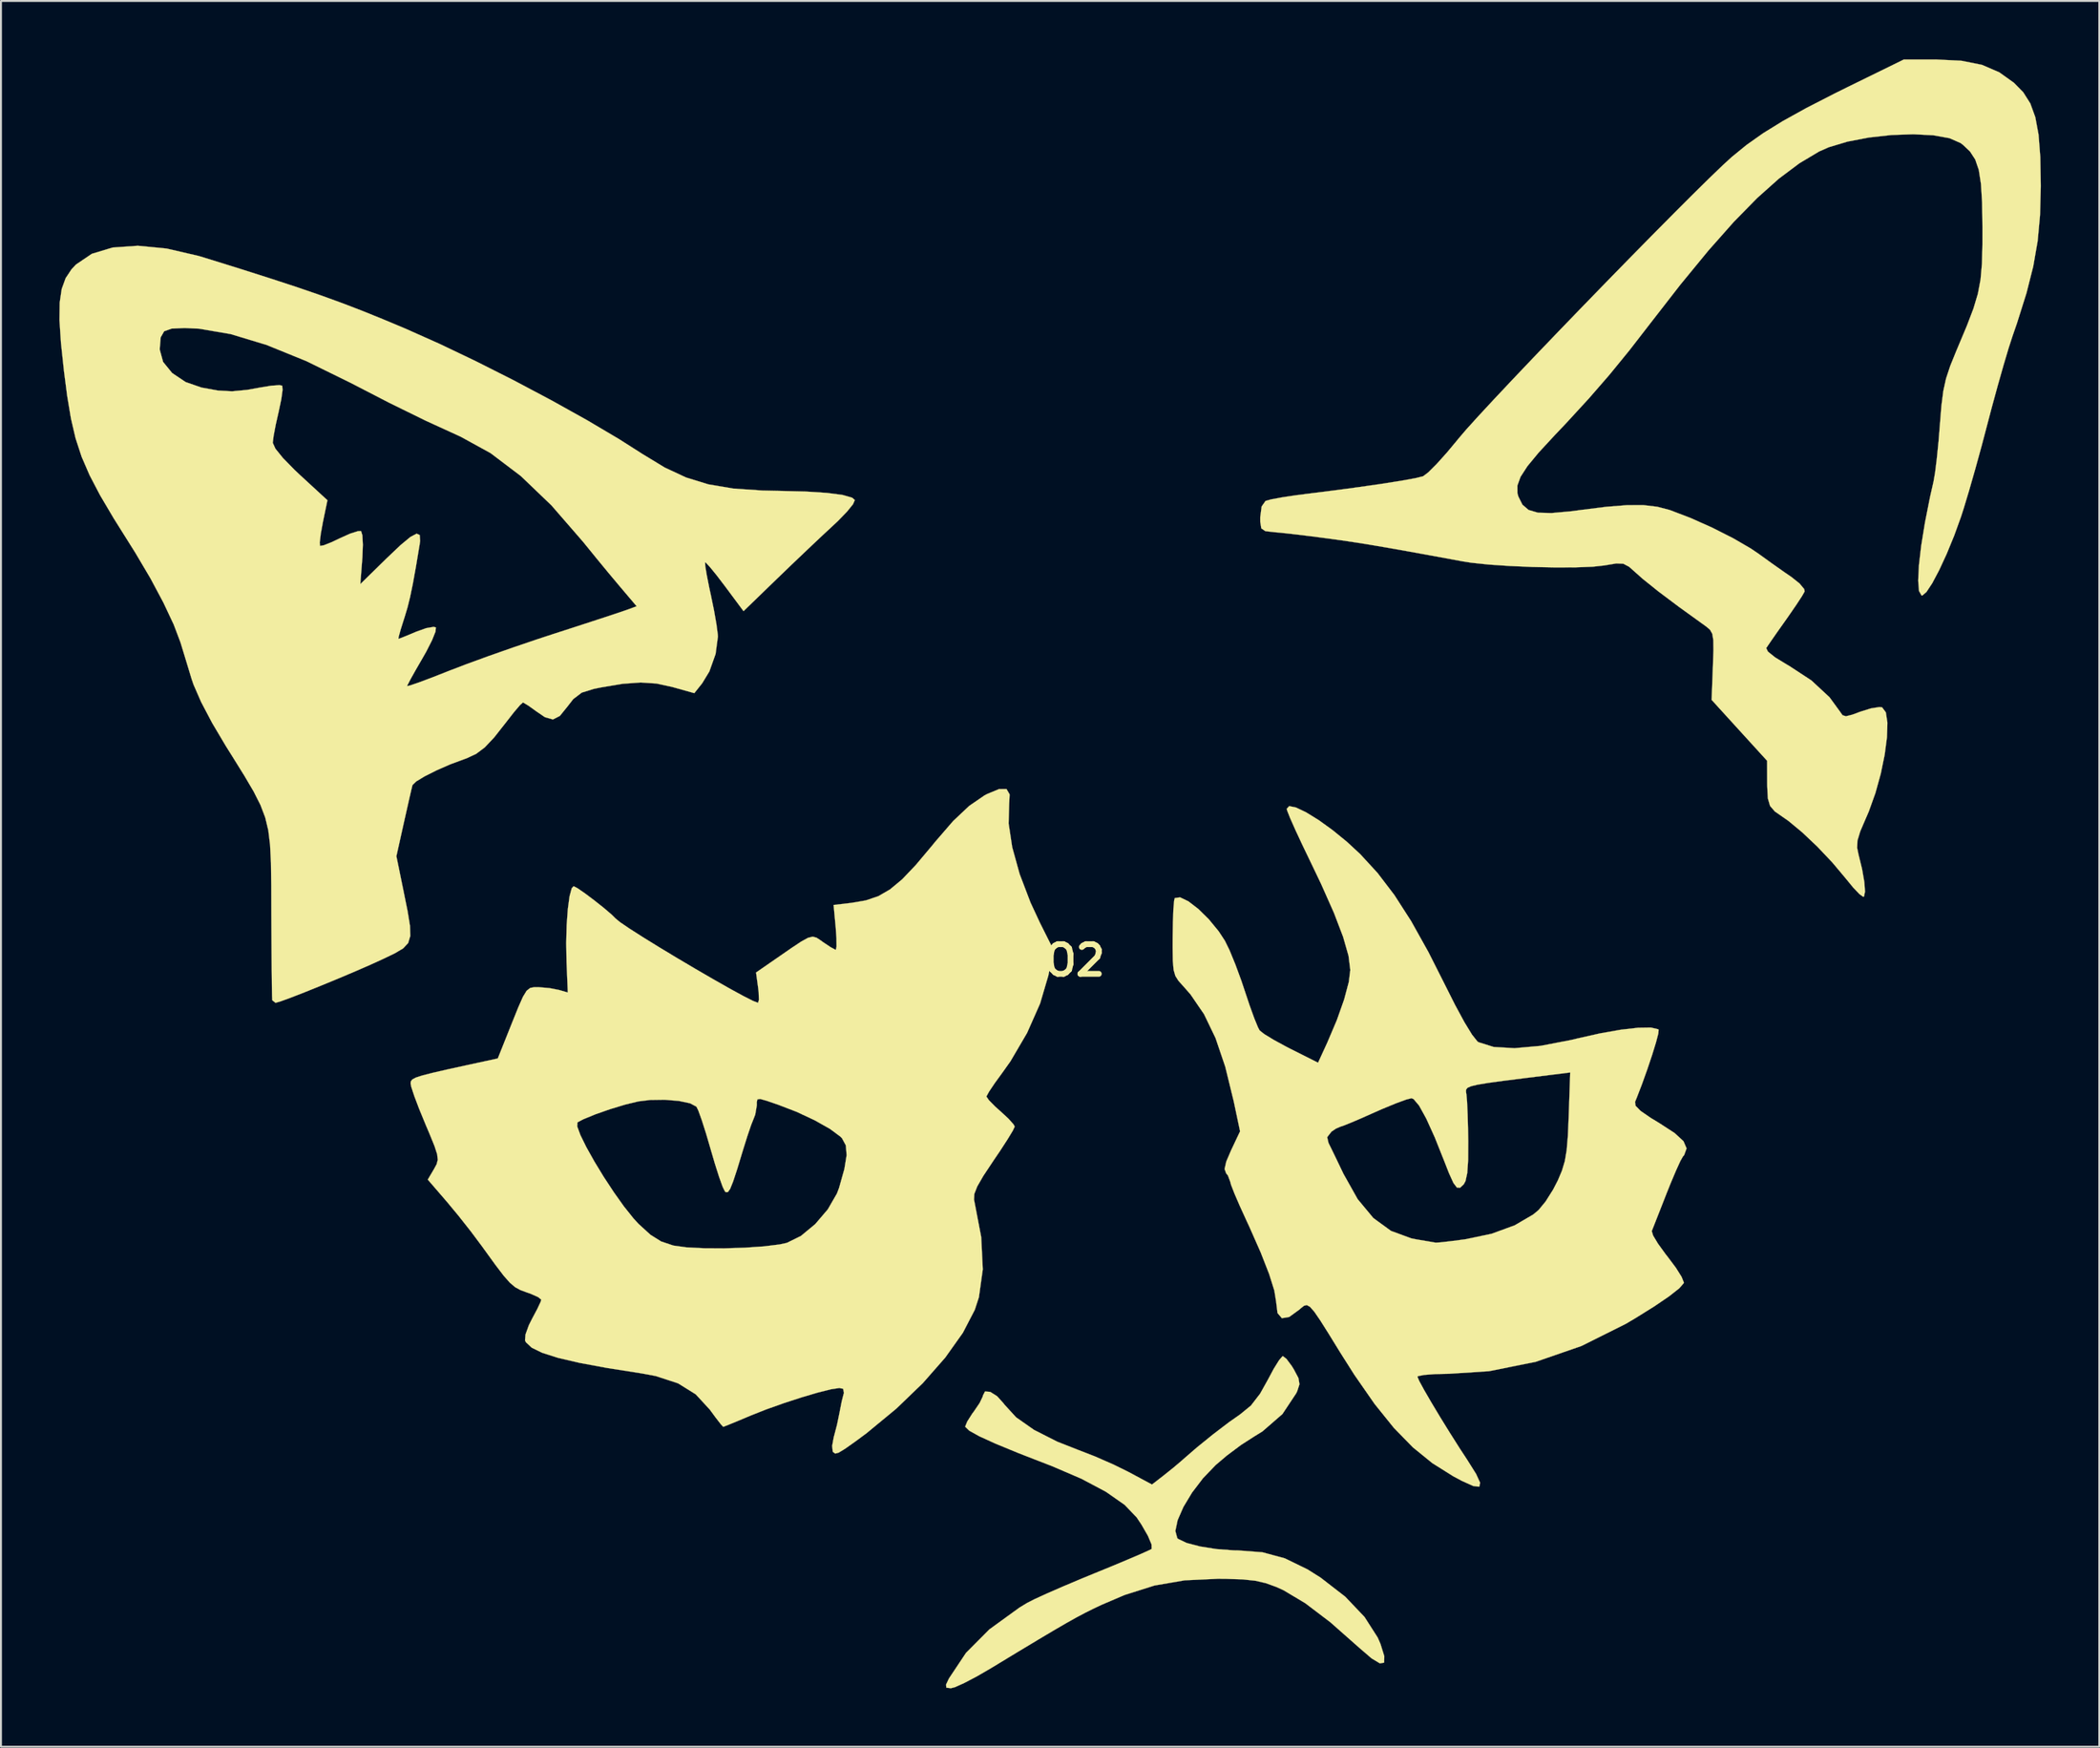
<source format=kicad_pcb>
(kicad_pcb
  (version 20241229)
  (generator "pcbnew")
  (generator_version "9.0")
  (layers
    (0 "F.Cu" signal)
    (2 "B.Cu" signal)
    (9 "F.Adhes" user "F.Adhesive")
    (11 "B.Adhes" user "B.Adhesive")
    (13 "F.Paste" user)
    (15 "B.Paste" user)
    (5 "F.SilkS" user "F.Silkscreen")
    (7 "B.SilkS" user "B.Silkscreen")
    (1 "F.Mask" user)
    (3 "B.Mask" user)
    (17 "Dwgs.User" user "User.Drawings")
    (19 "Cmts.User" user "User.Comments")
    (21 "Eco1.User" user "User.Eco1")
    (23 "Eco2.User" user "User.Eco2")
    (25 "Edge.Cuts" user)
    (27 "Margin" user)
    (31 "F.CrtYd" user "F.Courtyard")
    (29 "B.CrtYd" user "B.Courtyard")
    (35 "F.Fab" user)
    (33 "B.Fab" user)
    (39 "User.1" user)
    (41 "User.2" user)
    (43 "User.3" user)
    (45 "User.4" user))
  (footprint "GATO2"
    (layer "F.Cu")
    (at 50.15 46.269)
    (property "Reference" "GATO2" (at 0 0 0) (layer "F.SilkS") (effects (font (size 1.524 1.524) (thickness 0.3))))
    (attr through_hole)
    (fp_poly (pts (xy 12.867 20.462) (xy 13.135 20.82) (xy 13.242 20.992) (xy 13.482 21.445) (xy 13.536 21.764) (xy 13.422 22.116) (xy 13.373 22.222) (xy 12.661 23.294) (xy 11.637 24.183) (xy 11.189 24.46) (xy 10.538 24.879) (xy 9.805 25.427) (xy 9.234 25.911) (xy 8.585 26.586) (xy 8.021 27.325) (xy 7.575 28.065) (xy 7.278 28.744) (xy 7.162 29.298) (xy 7.26 29.665) (xy 7.304 29.707) (xy 7.742 29.915) (xy 8.434 30.096) (xy 9.275 30.229) (xy 10.156 30.295) (xy 10.389 30.299) (xy 11.637 30.394) (xy 12.785 30.705) (xy 13.945 31.269) (xy 14.626 31.698) (xy 15.886 32.674) (xy 16.875 33.713) (xy 17.554 34.772) (xy 17.698 35.104) (xy 17.892 35.729) (xy 17.882 36.06) (xy 17.666 36.097) (xy 17.241 35.842) (xy 16.603 35.293) (xy 16.59 35.282) (xy 15.126 33.989) (xy 13.838 33.011) (xy 12.722 32.344) (xy 12.356 32.177) (xy 11.813 31.979) (xy 11.27 31.854) (xy 10.62 31.785) (xy 9.757 31.757) (xy 9.34 31.754) (xy 7.639 31.833) (xy 6.092 32.099) (xy 4.557 32.585) (xy 3.369 33.092) (xy 2.937 33.297) (xy 2.52 33.505) (xy 2.073 33.742) (xy 1.549 34.036) (xy 0.903 34.412) (xy 0.087 34.897) (xy -0.943 35.517) (xy -2.233 36.299) (xy -2.32 36.352) (xy -3.044 36.772) (xy -3.685 37.108) (xy -4.162 37.321) (xy -4.366 37.374) (xy -4.6 37.345) (xy -4.615 37.189) (xy -4.466 36.875) (xy -3.591 35.562) (xy -2.386 34.351) (xy -0.842 33.232) (xy -0.457 32.998) (xy -0.078 32.805) (xy 0.566 32.51) (xy 1.402 32.145) (xy 2.358 31.742) (xy 3.005 31.476) (xy 3.95 31.089) (xy 4.773 30.744) (xy 5.418 30.468) (xy 5.827 30.283) (xy 5.945 30.22) (xy 5.94 29.99) (xy 5.753 29.547) (xy 5.42 28.968) (xy 5.173 28.599) (xy 4.557 27.957) (xy 3.606 27.292) (xy 2.347 26.621) (xy 0.807 25.96) (xy 0.592 25.878) (xy -0.911 25.294) (xy -2.076 24.814) (xy -2.911 24.433) (xy -3.424 24.147) (xy -3.625 23.953) (xy -3.629 23.931) (xy -3.526 23.679) (xy -3.272 23.279) (xy -3.175 23.148) (xy -2.888 22.725) (xy -2.732 22.401) (xy -2.721 22.344) (xy -2.612 22.135) (xy -2.342 22.158) (xy -1.993 22.378) (xy -1.65 22.759) (xy -1.618 22.806) (xy -1.018 23.462) (xy -0.1 24.106) (xy 1.091 24.711) (xy 2.154 25.13) (xy 3.035 25.471) (xy 3.983 25.887) (xy 4.75 26.265) (xy 5.962 26.914) (xy 6.564 26.448) (xy 7.049 26.06) (xy 7.474 25.7) (xy 7.535 25.645) (xy 8.26 25.017) (xy 9.094 24.341) (xy 9.906 23.722) (xy 10.492 23.31) (xy 11.044 22.859) (xy 11.513 22.251) (xy 11.901 21.556) (xy 12.217 20.967) (xy 12.489 20.53) (xy 12.666 20.326) (xy 12.684 20.32) (xy 12.867 20.462)) (stroke (width 0.01) (type solid)) (fill yes) (layer "F.SilkS"))
    (fp_poly (pts (xy 13.358 -7.852) (xy 13.879 -7.603) (xy 14.522 -7.206) (xy 15.237 -6.691) (xy 15.973 -6.09) (xy 16.652 -5.462) (xy 17.55 -4.485) (xy 18.412 -3.354) (xy 19.27 -2.019) (xy 20.159 -0.427) (xy 20.95 1.139) (xy 21.519 2.271) (xy 22.007 3.173) (xy 22.398 3.813) (xy 22.672 4.158) (xy 22.729 4.2) (xy 23.511 4.445) (xy 24.581 4.508) (xy 25.912 4.389) (xy 27.478 4.088) (xy 27.791 4.013) (xy 28.978 3.746) (xy 30.041 3.559) (xy 30.928 3.458) (xy 31.583 3.448) (xy 31.953 3.535) (xy 31.982 3.558) (xy 31.964 3.757) (xy 31.844 4.216) (xy 31.647 4.855) (xy 31.398 5.595) (xy 31.125 6.358) (xy 30.853 7.062) (xy 30.769 7.267) (xy 30.796 7.464) (xy 31.053 7.727) (xy 31.577 8.088) (xy 32.016 8.354) (xy 32.798 8.862) (xy 33.258 9.284) (xy 33.416 9.651) (xy 33.294 9.993) (xy 33.223 10.078) (xy 33.092 10.312) (xy 32.868 10.804) (xy 32.586 11.473) (xy 32.385 11.974) (xy 32.093 12.719) (xy 31.847 13.345) (xy 31.68 13.769) (xy 31.629 13.9) (xy 31.697 14.127) (xy 31.951 14.55) (xy 32.34 15.086) (xy 32.454 15.231) (xy 32.868 15.784) (xy 33.158 16.246) (xy 33.275 16.535) (xy 33.272 16.571) (xy 33.038 16.839) (xy 32.523 17.245) (xy 31.766 17.761) (xy 30.808 18.358) (xy 30.299 18.66) (xy 28.018 19.799) (xy 25.66 20.615) (xy 23.269 21.094) (xy 21.207 21.227) (xy 20.493 21.243) (xy 19.941 21.285) (xy 19.632 21.346) (xy 19.594 21.379) (xy 19.686 21.597) (xy 19.937 22.058) (xy 20.308 22.698) (xy 20.762 23.454) (xy 21.262 24.263) (xy 21.768 25.061) (xy 22.152 25.647) (xy 22.605 26.369) (xy 22.814 26.824) (xy 22.769 27.026) (xy 22.458 26.989) (xy 21.871 26.724) (xy 21.432 26.489) (xy 20.363 25.818) (xy 19.36 25.004) (xy 18.385 24.005) (xy 17.396 22.777) (xy 16.355 21.278) (xy 15.633 20.139) (xy 15.042 19.18) (xy 14.609 18.493) (xy 14.299 18.041) (xy 14.078 17.789) (xy 13.912 17.698) (xy 13.768 17.734) (xy 13.609 17.86) (xy 13.542 17.921) (xy 13.008 18.31) (xy 12.632 18.372) (xy 12.409 18.107) (xy 12.337 17.521) (xy 12.246 16.954) (xy 11.979 16.105) (xy 11.548 15.003) (xy 10.963 13.678) (xy 10.817 13.364) (xy 10.475 12.615) (xy 10.2 11.978) (xy 10.025 11.529) (xy 9.979 11.359) (xy 9.861 11.044) (xy 9.771 10.932) (xy 9.691 10.712) (xy 9.778 10.325) (xy 10.025 9.751) (xy 10.344 9.076) (xy 14.959 9.076) (xy 15.026 9.372) (xy 15.186 9.695) (xy 15.448 10.235) (xy 15.758 10.883) (xy 15.796 10.962) (xy 16.526 12.262) (xy 17.329 13.229) (xy 18.237 13.89) (xy 19.281 14.274) (xy 19.549 14.327) (xy 20.079 14.416) (xy 20.449 14.479) (xy 20.534 14.493) (xy 20.76 14.48) (xy 21.249 14.425) (xy 21.905 14.34) (xy 22.055 14.32) (xy 23.402 14.038) (xy 24.591 13.603) (xy 25.54 13.048) (xy 25.819 12.815) (xy 26.175 12.382) (xy 26.563 11.768) (xy 26.808 11.293) (xy 27.019 10.791) (xy 27.164 10.306) (xy 27.259 9.743) (xy 27.321 9.007) (xy 27.364 8.004) (xy 27.364 8.002) (xy 27.441 5.754) (xy 26.375 5.886) (xy 25.016 6.055) (xy 23.975 6.187) (xy 23.211 6.292) (xy 22.682 6.38) (xy 22.347 6.46) (xy 22.164 6.542) (xy 22.092 6.637) (xy 22.089 6.753) (xy 22.112 6.894) (xy 22.143 7.262) (xy 22.171 7.893) (xy 22.193 8.687) (xy 22.203 9.271) (xy 22.198 10.247) (xy 22.153 10.916) (xy 22.062 11.332) (xy 21.97 11.501) (xy 21.784 11.674) (xy 21.62 11.663) (xy 21.442 11.426) (xy 21.212 10.919) (xy 20.986 10.341) (xy 20.485 9.086) (xy 20.046 8.118) (xy 19.68 7.456) (xy 19.395 7.118) (xy 19.287 7.076) (xy 19.008 7.147) (xy 18.488 7.339) (xy 17.814 7.617) (xy 17.395 7.801) (xy 16.693 8.113) (xy 16.115 8.358) (xy 15.741 8.506) (xy 15.648 8.533) (xy 15.41 8.636) (xy 15.183 8.788) (xy 14.959 9.076) (xy 10.344 9.076) (xy 10.486 8.777) (xy 10.163 7.246) (xy 9.726 5.461) (xy 9.225 3.984) (xy 8.636 2.762) (xy 7.938 1.742) (xy 7.568 1.321) (xy 7.322 1.048) (xy 7.163 0.797) (xy 7.073 0.484) (xy 7.032 0.024) (xy 7.022 -0.668) (xy 7.024 -1.183) (xy 7.037 -1.981) (xy 7.063 -2.637) (xy 7.1 -3.07) (xy 7.132 -3.201) (xy 7.404 -3.239) (xy 7.828 -3.036) (xy 8.34 -2.643) (xy 8.879 -2.113) (xy 9.384 -1.499) (xy 9.704 -1.012) (xy 9.947 -0.517) (xy 10.245 0.21) (xy 10.554 1.051) (xy 10.718 1.542) (xy 10.979 2.321) (xy 11.219 2.983) (xy 11.408 3.443) (xy 11.492 3.599) (xy 11.734 3.788) (xy 12.215 4.081) (xy 12.845 4.424) (xy 13.087 4.548) (xy 14.491 5.254) (xy 14.968 4.214) (xy 15.457 3.064) (xy 15.832 2.003) (xy 16.07 1.108) (xy 16.147 0.489) (xy 16.056 -0.237) (xy 15.779 -1.207) (xy 15.31 -2.435) (xy 14.643 -3.936) (xy 14.133 -5.002) (xy 13.703 -5.894) (xy 13.337 -6.679) (xy 13.062 -7.297) (xy 12.907 -7.687) (xy 12.881 -7.783) (xy 13.009 -7.923) (xy 13.358 -7.852)) (stroke (width 0.01) (type solid)) (fill yes) (layer "F.SilkS"))
    (fp_poly (pts (xy 47.524 -46.199) (xy 48.586 -45.988) (xy 49.475 -45.605) (xy 50.223 -45.071) (xy 50.706 -44.58) (xy 51.069 -44.008) (xy 51.326 -43.301) (xy 51.492 -42.402) (xy 51.581 -41.256) (xy 51.606 -39.809) (xy 51.606 -39.733) (xy 51.568 -38.27) (xy 51.446 -36.941) (xy 51.22 -35.642) (xy 50.872 -34.268) (xy 50.382 -32.715) (xy 50.16 -32.074) (xy 49.957 -31.449) (xy 49.693 -30.563) (xy 49.393 -29.507) (xy 49.083 -28.371) (xy 48.874 -27.577) (xy 48.566 -26.41) (xy 48.241 -25.231) (xy 47.928 -24.138) (xy 47.655 -23.233) (xy 47.514 -22.794) (xy 47.159 -21.812) (xy 46.775 -20.877) (xy 46.39 -20.045) (xy 46.034 -19.373) (xy 45.734 -18.918) (xy 45.518 -18.737) (xy 45.485 -18.739) (xy 45.354 -18.969) (xy 45.312 -19.504) (xy 45.351 -20.299) (xy 45.469 -21.31) (xy 45.661 -22.49) (xy 45.92 -23.795) (xy 46.099 -24.584) (xy 46.18 -25.055) (xy 46.27 -25.785) (xy 46.359 -26.669) (xy 46.426 -27.502) (xy 46.506 -28.491) (xy 46.602 -29.242) (xy 46.742 -29.878) (xy 46.955 -30.523) (xy 47.27 -31.301) (xy 47.351 -31.493) (xy 47.816 -32.6) (xy 48.151 -33.479) (xy 48.377 -34.234) (xy 48.515 -34.966) (xy 48.586 -35.778) (xy 48.611 -36.773) (xy 48.612 -37.646) (xy 48.594 -38.911) (xy 48.536 -39.873) (xy 48.424 -40.593) (xy 48.241 -41.128) (xy 47.972 -41.541) (xy 47.602 -41.889) (xy 47.493 -41.972) (xy 46.922 -42.223) (xy 46.084 -42.373) (xy 45.061 -42.425) (xy 43.933 -42.386) (xy 42.78 -42.258) (xy 41.683 -42.048) (xy 40.722 -41.76) (xy 40.221 -41.539) (xy 39.209 -40.934) (xy 38.156 -40.145) (xy 37.041 -39.15) (xy 35.841 -37.926) (xy 34.534 -36.45) (xy 33.096 -34.7) (xy 31.579 -32.748) (xy 30.479 -31.328) (xy 29.454 -30.073) (xy 28.404 -28.865) (xy 27.229 -27.586) (xy 26.632 -26.957) (xy 25.814 -26.072) (xy 25.242 -25.379) (xy 24.888 -24.832) (xy 24.727 -24.385) (xy 24.729 -23.992) (xy 24.777 -23.82) (xy 24.986 -23.403) (xy 25.303 -23.131) (xy 25.783 -22.991) (xy 26.481 -22.972) (xy 27.453 -23.06) (xy 27.942 -23.124) (xy 29.289 -23.293) (xy 30.354 -23.378) (xy 31.206 -23.379) (xy 31.916 -23.295) (xy 32.554 -23.127) (xy 32.569 -23.122) (xy 33.616 -22.722) (xy 34.736 -22.222) (xy 35.808 -21.679) (xy 36.717 -21.151) (xy 37.102 -20.89) (xy 37.756 -20.418) (xy 38.44 -19.936) (xy 38.788 -19.698) (xy 39.213 -19.361) (xy 39.457 -19.069) (xy 39.481 -18.948) (xy 39.342 -18.704) (xy 39.045 -18.251) (xy 38.647 -17.673) (xy 38.512 -17.481) (xy 38.09 -16.885) (xy 37.746 -16.391) (xy 37.536 -16.083) (xy 37.507 -16.038) (xy 37.595 -15.855) (xy 37.969 -15.558) (xy 38.581 -15.184) (xy 38.663 -15.139) (xy 39.827 -14.377) (xy 40.758 -13.513) (xy 41.289 -12.785) (xy 41.425 -12.592) (xy 41.601 -12.537) (xy 41.925 -12.618) (xy 42.338 -12.771) (xy 42.885 -12.942) (xy 43.32 -13.01) (xy 43.458 -12.995) (xy 43.65 -12.738) (xy 43.73 -12.205) (xy 43.707 -11.458) (xy 43.59 -10.564) (xy 43.389 -9.587) (xy 43.113 -8.592) (xy 42.772 -7.642) (xy 42.626 -7.305) (xy 42.335 -6.627) (xy 42.192 -6.156) (xy 42.176 -5.78) (xy 42.245 -5.443) (xy 42.43 -4.688) (xy 42.545 -4.024) (xy 42.58 -3.528) (xy 42.526 -3.28) (xy 42.492 -3.266) (xy 42.301 -3.399) (xy 41.967 -3.75) (xy 41.564 -4.242) (xy 41.563 -4.243) (xy 40.903 -5.029) (xy 40.136 -5.839) (xy 39.353 -6.58) (xy 38.649 -7.163) (xy 38.372 -7.356) (xy 37.947 -7.651) (xy 37.704 -7.935) (xy 37.591 -8.319) (xy 37.559 -8.917) (xy 37.557 -9.162) (xy 37.553 -10.251) (xy 36.128 -11.815) (xy 34.703 -13.38) (xy 34.769 -15.117) (xy 34.796 -15.924) (xy 34.79 -16.45) (xy 34.736 -16.775) (xy 34.619 -16.981) (xy 34.424 -17.147) (xy 34.376 -17.181) (xy 33.029 -18.152) (xy 31.956 -18.958) (xy 31.17 -19.589) (xy 30.843 -19.879) (xy 30.465 -20.215) (xy 30.167 -20.372) (xy 29.805 -20.385) (xy 29.237 -20.291) (xy 29.21 -20.285) (xy 28.598 -20.218) (xy 27.714 -20.184) (xy 26.648 -20.181) (xy 25.49 -20.205) (xy 24.328 -20.256) (xy 23.253 -20.329) (xy 22.353 -20.424) (xy 21.953 -20.486) (xy 20.376 -20.777) (xy 19.094 -21.01) (xy 18.045 -21.196) (xy 17.168 -21.345) (xy 16.401 -21.467) (xy 15.683 -21.574) (xy 14.968 -21.672) (xy 14.072 -21.788) (xy 13.232 -21.89) (xy 12.561 -21.963) (xy 12.246 -21.992) (xy 11.782 -22.045) (xy 11.576 -22.187) (xy 11.522 -22.529) (xy 11.521 -22.75) (xy 11.594 -23.311) (xy 11.793 -23.594) (xy 12.085 -23.676) (xy 12.642 -23.779) (xy 13.369 -23.888) (xy 13.789 -23.942) (xy 15.273 -24.129) (xy 16.631 -24.311) (xy 17.816 -24.482) (xy 18.783 -24.635) (xy 19.485 -24.763) (xy 19.876 -24.859) (xy 19.888 -24.864) (xy 20.148 -25.059) (xy 20.571 -25.48) (xy 21.1 -26.068) (xy 21.676 -26.76) (xy 21.702 -26.794) (xy 22.089 -27.247) (xy 22.7 -27.923) (xy 23.5 -28.786) (xy 24.456 -29.803) (xy 25.536 -30.939) (xy 26.705 -32.159) (xy 27.931 -33.43) (xy 29.18 -34.717) (xy 30.418 -35.985) (xy 31.613 -37.2) (xy 32.73 -38.327) (xy 33.737 -39.334) (xy 34.6 -40.184) (xy 35.286 -40.843) (xy 35.741 -41.26) (xy 36.501 -41.879) (xy 37.353 -42.481) (xy 38.354 -43.099) (xy 39.56 -43.768) (xy 41.028 -44.521) (xy 41.656 -44.832) (xy 44.578 -46.264) (xy 46.205 -46.264) (xy 47.524 -46.199)) (stroke (width 0.01) (type solid)) (fill yes) (layer "F.SilkS"))
    (fp_poly (pts (xy -1.509 -8.799) (xy -1.35 -8.527) (xy -1.374 -8.032) (xy -1.401 -7.032) (xy -1.217 -5.813) (xy -0.836 -4.438) (xy -0.276 -2.969) (xy 0.201 -1.944) (xy 0.909 -0.531) (xy 0.639 0.778) (xy 0.215 2.214) (xy -0.453 3.723) (xy -1.308 5.181) (xy -1.727 5.771) (xy -2.12 6.311) (xy -2.408 6.741) (xy -2.538 6.979) (xy -2.54 6.992) (xy -2.413 7.179) (xy -2.088 7.509) (xy -1.814 7.753) (xy -1.405 8.131) (xy -1.142 8.429) (xy -1.089 8.535) (xy -1.186 8.742) (xy -1.449 9.177) (xy -1.834 9.771) (xy -2.185 10.289) (xy -2.696 11.058) (xy -3.012 11.605) (xy -3.163 11.992) (xy -3.178 12.281) (xy -3.167 12.337) (xy -2.808 14.211) (xy -2.728 15.865) (xy -2.927 17.294) (xy -3.139 17.943) (xy -3.752 19.124) (xy -4.657 20.396) (xy -5.81 21.709) (xy -7.169 23.017) (xy -8.688 24.27) (xy -9.246 24.684) (xy -9.795 25.073) (xy -10.126 25.275) (xy -10.308 25.323) (xy -10.413 25.248) (xy -10.433 25.218) (xy -10.463 24.929) (xy -10.381 24.481) (xy -10.37 24.444) (xy -10.213 23.845) (xy -10.079 23.196) (xy -10.074 23.165) (xy -9.972 22.644) (xy -9.873 22.255) (xy -9.858 22.212) (xy -9.899 21.997) (xy -10.095 21.957) (xy -10.522 22.021) (xy -11.2 22.191) (xy -12.039 22.439) (xy -12.953 22.737) (xy -13.855 23.058) (xy -14.655 23.374) (xy -14.669 23.381) (xy -15.298 23.645) (xy -15.782 23.844) (xy -16.039 23.943) (xy -16.058 23.949) (xy -16.184 23.814) (xy -16.455 23.464) (xy -16.747 23.066) (xy -17.468 22.283) (xy -18.375 21.718) (xy -19.527 21.341) (xy -20.264 21.204) (xy -22.021 20.928) (xy -23.44 20.665) (xy -24.542 20.408) (xy -25.353 20.15) (xy -25.894 19.886) (xy -26.19 19.608) (xy -26.236 19.517) (xy -26.213 19.211) (xy -26.039 18.729) (xy -25.871 18.396) (xy -25.607 17.9) (xy -25.436 17.536) (xy -25.4 17.423) (xy -25.555 17.293) (xy -25.946 17.118) (xy -26.14 17.05) (xy -26.467 16.93) (xy -26.742 16.781) (xy -27.014 16.551) (xy -27.334 16.188) (xy -27.752 15.64) (xy -28.32 14.856) (xy -28.435 14.696) (xy -29.004 13.934) (xy -29.668 13.092) (xy -30.255 12.386) (xy -31.23 11.255) (xy -30.913 10.718) (xy -30.777 10.468) (xy -30.717 10.24) (xy -30.748 9.955) (xy -30.883 9.537) (xy -31.139 8.908) (xy -31.302 8.524) (xy -23.557 8.524) (xy -23.393 8.969) (xy -23.088 9.589) (xy -22.676 10.325) (xy -22.193 11.118) (xy -21.674 11.907) (xy -21.156 12.635) (xy -20.673 13.241) (xy -20.413 13.525) (xy -19.794 14.09) (xy -19.243 14.434) (xy -18.632 14.638) (xy -18.596 14.646) (xy -17.948 14.735) (xy -17.052 14.78) (xy -16.017 14.786) (xy -14.951 14.753) (xy -13.962 14.685) (xy -13.158 14.585) (xy -12.791 14.505) (xy -12.067 14.149) (xy -11.335 13.543) (xy -10.687 12.784) (xy -10.217 11.969) (xy -10.108 11.681) (xy -9.835 10.71) (xy -9.72 10.002) (xy -9.761 9.497) (xy -9.958 9.132) (xy -10.035 9.052) (xy -10.574 8.652) (xy -11.361 8.208) (xy -12.296 7.772) (xy -13.223 7.415) (xy -13.824 7.208) (xy -14.157 7.114) (xy -14.301 7.133) (xy -14.334 7.268) (xy -14.333 7.441) (xy -14.414 7.917) (xy -14.493 8.121) (xy -14.621 8.442) (xy -14.811 8.999) (xy -15.026 9.682) (xy -15.061 9.797) (xy -15.344 10.728) (xy -15.551 11.356) (xy -15.702 11.73) (xy -15.818 11.895) (xy -15.921 11.901) (xy -15.971 11.861) (xy -16.087 11.625) (xy -16.27 11.116) (xy -16.493 10.413) (xy -16.7 9.705) (xy -16.938 8.892) (xy -17.159 8.2) (xy -17.336 7.71) (xy -17.433 7.51) (xy -17.758 7.337) (xy -18.335 7.215) (xy -19.058 7.155) (xy -19.817 7.166) (xy -20.417 7.239) (xy -21.079 7.399) (xy -21.853 7.633) (xy -22.614 7.899) (xy -23.239 8.155) (xy -23.542 8.313) (xy -23.557 8.524) (xy -31.302 8.524) (xy -31.354 8.401) (xy -31.668 7.638) (xy -31.919 6.976) (xy -32.076 6.501) (xy -32.113 6.319) (xy -32.099 6.208) (xy -32.024 6.112) (xy -31.844 6.016) (xy -31.511 5.908) (xy -30.979 5.772) (xy -30.203 5.594) (xy -29.135 5.36) (xy -28.649 5.255) (xy -27.635 5.035) (xy -26.901 3.198) (xy -26.576 2.393) (xy -26.342 1.866) (xy -26.155 1.56) (xy -25.973 1.415) (xy -25.753 1.373) (xy -25.557 1.373) (xy -24.977 1.423) (xy -24.493 1.517) (xy -24.039 1.649) (xy -24.104 0.082) (xy -24.121 -0.888) (xy -24.097 -1.819) (xy -24.037 -2.643) (xy -23.949 -3.294) (xy -23.839 -3.702) (xy -23.74 -3.81) (xy -23.537 -3.705) (xy -23.148 -3.436) (xy -22.666 -3.073) (xy -22.182 -2.689) (xy -21.788 -2.352) (xy -21.59 -2.155) (xy -21.355 -1.962) (xy -20.866 -1.63) (xy -20.18 -1.192) (xy -19.352 -0.68) (xy -18.438 -0.129) (xy -17.494 0.43) (xy -16.576 0.963) (xy -15.739 1.438) (xy -15.039 1.82) (xy -14.532 2.077) (xy -14.275 2.177) (xy -14.269 2.177) (xy -14.224 2.017) (xy -14.24 1.615) (xy -14.265 1.399) (xy -14.372 0.621) (xy -13.332 -0.098) (xy -12.572 -0.624) (xy -12.049 -0.971) (xy -11.699 -1.162) (xy -11.459 -1.22) (xy -11.263 -1.166) (xy -11.048 -1.024) (xy -10.93 -0.938) (xy -10.545 -0.682) (xy -10.298 -0.549) (xy -10.275 -0.544) (xy -10.238 -0.709) (xy -10.242 -1.138) (xy -10.281 -1.696) (xy -10.389 -2.847) (xy -9.47 -2.955) (xy -8.736 -3.081) (xy -8.095 -3.297) (xy -7.492 -3.645) (xy -6.868 -4.164) (xy -6.169 -4.898) (xy -5.338 -5.886) (xy -5.174 -6.088) (xy -4.251 -7.156) (xy -3.422 -7.937) (xy -2.639 -8.474) (xy -2.503 -8.546) (xy -1.885 -8.801) (xy -1.509 -8.799)) (stroke (width 0.01) (type solid)) (fill yes) (layer "F.SilkS"))
    (fp_poly (pts (xy -44.643 -36.555) (xy -43.004 -36.176) (xy -42.726 -36.093) (xy -40.86 -35.512) (xy -39.281 -35.009) (xy -37.928 -34.565) (xy -36.738 -34.156) (xy -35.651 -33.762) (xy -34.605 -33.36) (xy -33.539 -32.929) (xy -32.39 -32.447) (xy -32.385 -32.445) (xy -30.636 -31.666) (xy -28.746 -30.762) (xy -26.796 -29.778) (xy -24.87 -28.756) (xy -23.047 -27.74) (xy -21.411 -26.772) (xy -20.212 -26.009) (xy -19.062 -25.31) (xy -17.962 -24.797) (xy -16.821 -24.446) (xy -15.548 -24.231) (xy -14.053 -24.129) (xy -13.256 -24.112) (xy -11.847 -24.078) (xy -10.728 -24.006) (xy -9.916 -23.899) (xy -9.434 -23.759) (xy -9.3 -23.64) (xy -9.393 -23.426) (xy -9.702 -23.045) (xy -10.168 -22.564) (xy -10.375 -22.37) (xy -10.968 -21.819) (xy -11.721 -21.108) (xy -12.536 -20.332) (xy -13.268 -19.627) (xy -15.015 -17.936) (xy -15.971 -19.222) (xy -16.402 -19.786) (xy -16.747 -20.209) (xy -16.955 -20.429) (xy -16.99 -20.445) (xy -16.981 -20.253) (xy -16.904 -19.789) (xy -16.775 -19.136) (xy -16.694 -18.764) (xy -16.532 -17.976) (xy -16.407 -17.265) (xy -16.339 -16.747) (xy -16.332 -16.622) (xy -16.45 -15.735) (xy -16.77 -14.838) (xy -17.14 -14.23) (xy -17.543 -13.725) (xy -18.688 -14.046) (xy -19.484 -14.219) (xy -20.294 -14.273) (xy -21.219 -14.206) (xy -22.357 -14.015) (xy -22.707 -13.943) (xy -23.324 -13.752) (xy -23.761 -13.419) (xy -24.047 -13.051) (xy -24.448 -12.555) (xy -24.804 -12.374) (xy -25.217 -12.492) (xy -25.656 -12.791) (xy -26.049 -13.074) (xy -26.31 -13.232) (xy -26.348 -13.244) (xy -26.496 -13.11) (xy -26.797 -12.757) (xy -27.188 -12.257) (xy -27.231 -12.201) (xy -27.822 -11.451) (xy -28.302 -10.942) (xy -28.747 -10.607) (xy -29.236 -10.379) (xy -29.391 -10.324) (xy -30.078 -10.069) (xy -30.77 -9.766) (xy -31.382 -9.459) (xy -31.826 -9.191) (xy -32.016 -9.007) (xy -32.079 -8.749) (xy -32.2 -8.225) (xy -32.358 -7.524) (xy -32.459 -7.076) (xy -32.843 -5.352) (xy -32.478 -3.566) (xy -32.268 -2.529) (xy -32.146 -1.782) (xy -32.129 -1.259) (xy -32.239 -0.893) (xy -32.495 -0.619) (xy -32.917 -0.369) (xy -33.519 -0.079) (xy -34.161 0.214) (xy -34.955 0.56) (xy -35.831 0.931) (xy -36.721 1.298) (xy -37.556 1.635) (xy -38.268 1.912) (xy -38.788 2.102) (xy -39.047 2.177) (xy -39.053 2.177) (xy -39.218 2.043) (xy -39.218 2.041) (xy -39.227 1.829) (xy -39.236 1.305) (xy -39.245 0.522) (xy -39.253 -0.469) (xy -39.26 -1.616) (xy -39.264 -2.449) (xy -39.268 -3.881) (xy -39.284 -5.019) (xy -39.329 -5.93) (xy -39.421 -6.683) (xy -39.58 -7.345) (xy -39.824 -7.984) (xy -40.171 -8.67) (xy -40.641 -9.47) (xy -41.251 -10.451) (xy -41.602 -11.011) (xy -42.305 -12.195) (xy -42.871 -13.272) (xy -43.263 -14.17) (xy -43.361 -14.458) (xy -43.582 -15.188) (xy -43.791 -15.874) (xy -43.93 -16.329) (xy -44.276 -17.244) (xy -44.805 -18.369) (xy -45.476 -19.626) (xy -46.251 -20.936) (xy -46.491 -21.318) (xy -47.368 -22.716) (xy -48.062 -23.892) (xy -48.599 -24.918) (xy -49.009 -25.868) (xy -49.319 -26.815) (xy -49.556 -27.831) (xy -49.749 -28.988) (xy -49.916 -30.283) (xy -50.03 -31.354) (xy -44.994 -31.354) (xy -44.824 -30.734) (xy -44.359 -30.162) (xy -43.667 -29.7) (xy -42.85 -29.416) (xy -41.999 -29.263) (xy -41.277 -29.224) (xy -40.51 -29.298) (xy -39.85 -29.417) (xy -39.275 -29.511) (xy -38.854 -29.541) (xy -38.705 -29.513) (xy -38.689 -29.293) (xy -38.753 -28.823) (xy -38.884 -28.202) (xy -38.891 -28.171) (xy -39.043 -27.496) (xy -39.151 -26.921) (xy -39.192 -26.579) (xy -39.056 -26.278) (xy -38.668 -25.798) (xy -38.063 -25.18) (xy -37.79 -24.923) (xy -36.385 -23.63) (xy -36.619 -22.5) (xy -36.727 -21.904) (xy -36.78 -21.464) (xy -36.768 -21.286) (xy -36.575 -21.316) (xy -36.162 -21.48) (xy -35.753 -21.675) (xy -35.221 -21.915) (xy -34.815 -22.044) (xy -34.657 -22.046) (xy -34.59 -21.828) (xy -34.566 -21.349) (xy -34.589 -20.707) (xy -34.595 -20.634) (xy -34.696 -19.322) (xy -33.355 -20.637) (xy -32.633 -21.323) (xy -32.124 -21.745) (xy -31.803 -21.915) (xy -31.645 -21.844) (xy -31.625 -21.541) (xy -31.649 -21.363) (xy -31.841 -20.212) (xy -31.998 -19.342) (xy -32.136 -18.675) (xy -32.271 -18.131) (xy -32.42 -17.633) (xy -32.458 -17.517) (xy -32.627 -16.98) (xy -32.727 -16.615) (xy -32.739 -16.51) (xy -32.558 -16.575) (xy -32.15 -16.742) (xy -31.826 -16.879) (xy -31.311 -17.062) (xy -30.931 -17.128) (xy -30.815 -17.099) (xy -30.834 -16.887) (xy -31.011 -16.445) (xy -31.312 -15.853) (xy -31.48 -15.558) (xy -31.842 -14.931) (xy -32.122 -14.431) (xy -32.276 -14.134) (xy -32.294 -14.087) (xy -32.137 -14.12) (xy -31.707 -14.267) (xy -31.067 -14.506) (xy -30.281 -14.814) (xy -30.163 -14.861) (xy -29.253 -15.21) (xy -28.11 -15.627) (xy -26.842 -16.072) (xy -25.564 -16.506) (xy -24.765 -16.768) (xy -23.703 -17.111) (xy -22.731 -17.428) (xy -21.912 -17.696) (xy -21.312 -17.896) (xy -21.001 -18.003) (xy -20.503 -18.186) (xy -21.369 -19.208) (xy -21.914 -19.858) (xy -22.558 -20.639) (xy -23.175 -21.398) (xy -23.263 -21.506) (xy -24.879 -23.367) (xy -26.456 -24.878) (xy -28.006 -26.051) (xy -29.54 -26.894) (xy -29.582 -26.913) (xy -31.332 -27.714) (xy -33.231 -28.646) (xy -35.182 -29.654) (xy -37.46 -30.772) (xy -39.516 -31.608) (xy -41.355 -32.164) (xy -42.982 -32.441) (xy -43.716 -32.476) (xy -44.385 -32.445) (xy -44.77 -32.308) (xy -44.948 -31.997) (xy -44.994 -31.445) (xy -44.994 -31.354) (xy -50.03 -31.354) (xy -50.07 -31.735) (xy -50.145 -32.884) (xy -50.133 -33.782) (xy -50.03 -34.481) (xy -49.829 -35.034) (xy -49.525 -35.492) (xy -49.3 -35.733) (xy -48.482 -36.286) (xy -47.413 -36.608) (xy -46.123 -36.698) (xy -44.643 -36.555)) (stroke (width 0.01) (type solid)) (fill yes) (layer "F.SilkS")))
  (gr_rect
    (start -3 -3)
    (end 104.761 86.649)
    (stroke (width 0.1) (type default))
    (fill no)
    (layer "Edge.Cuts")))
</source>
